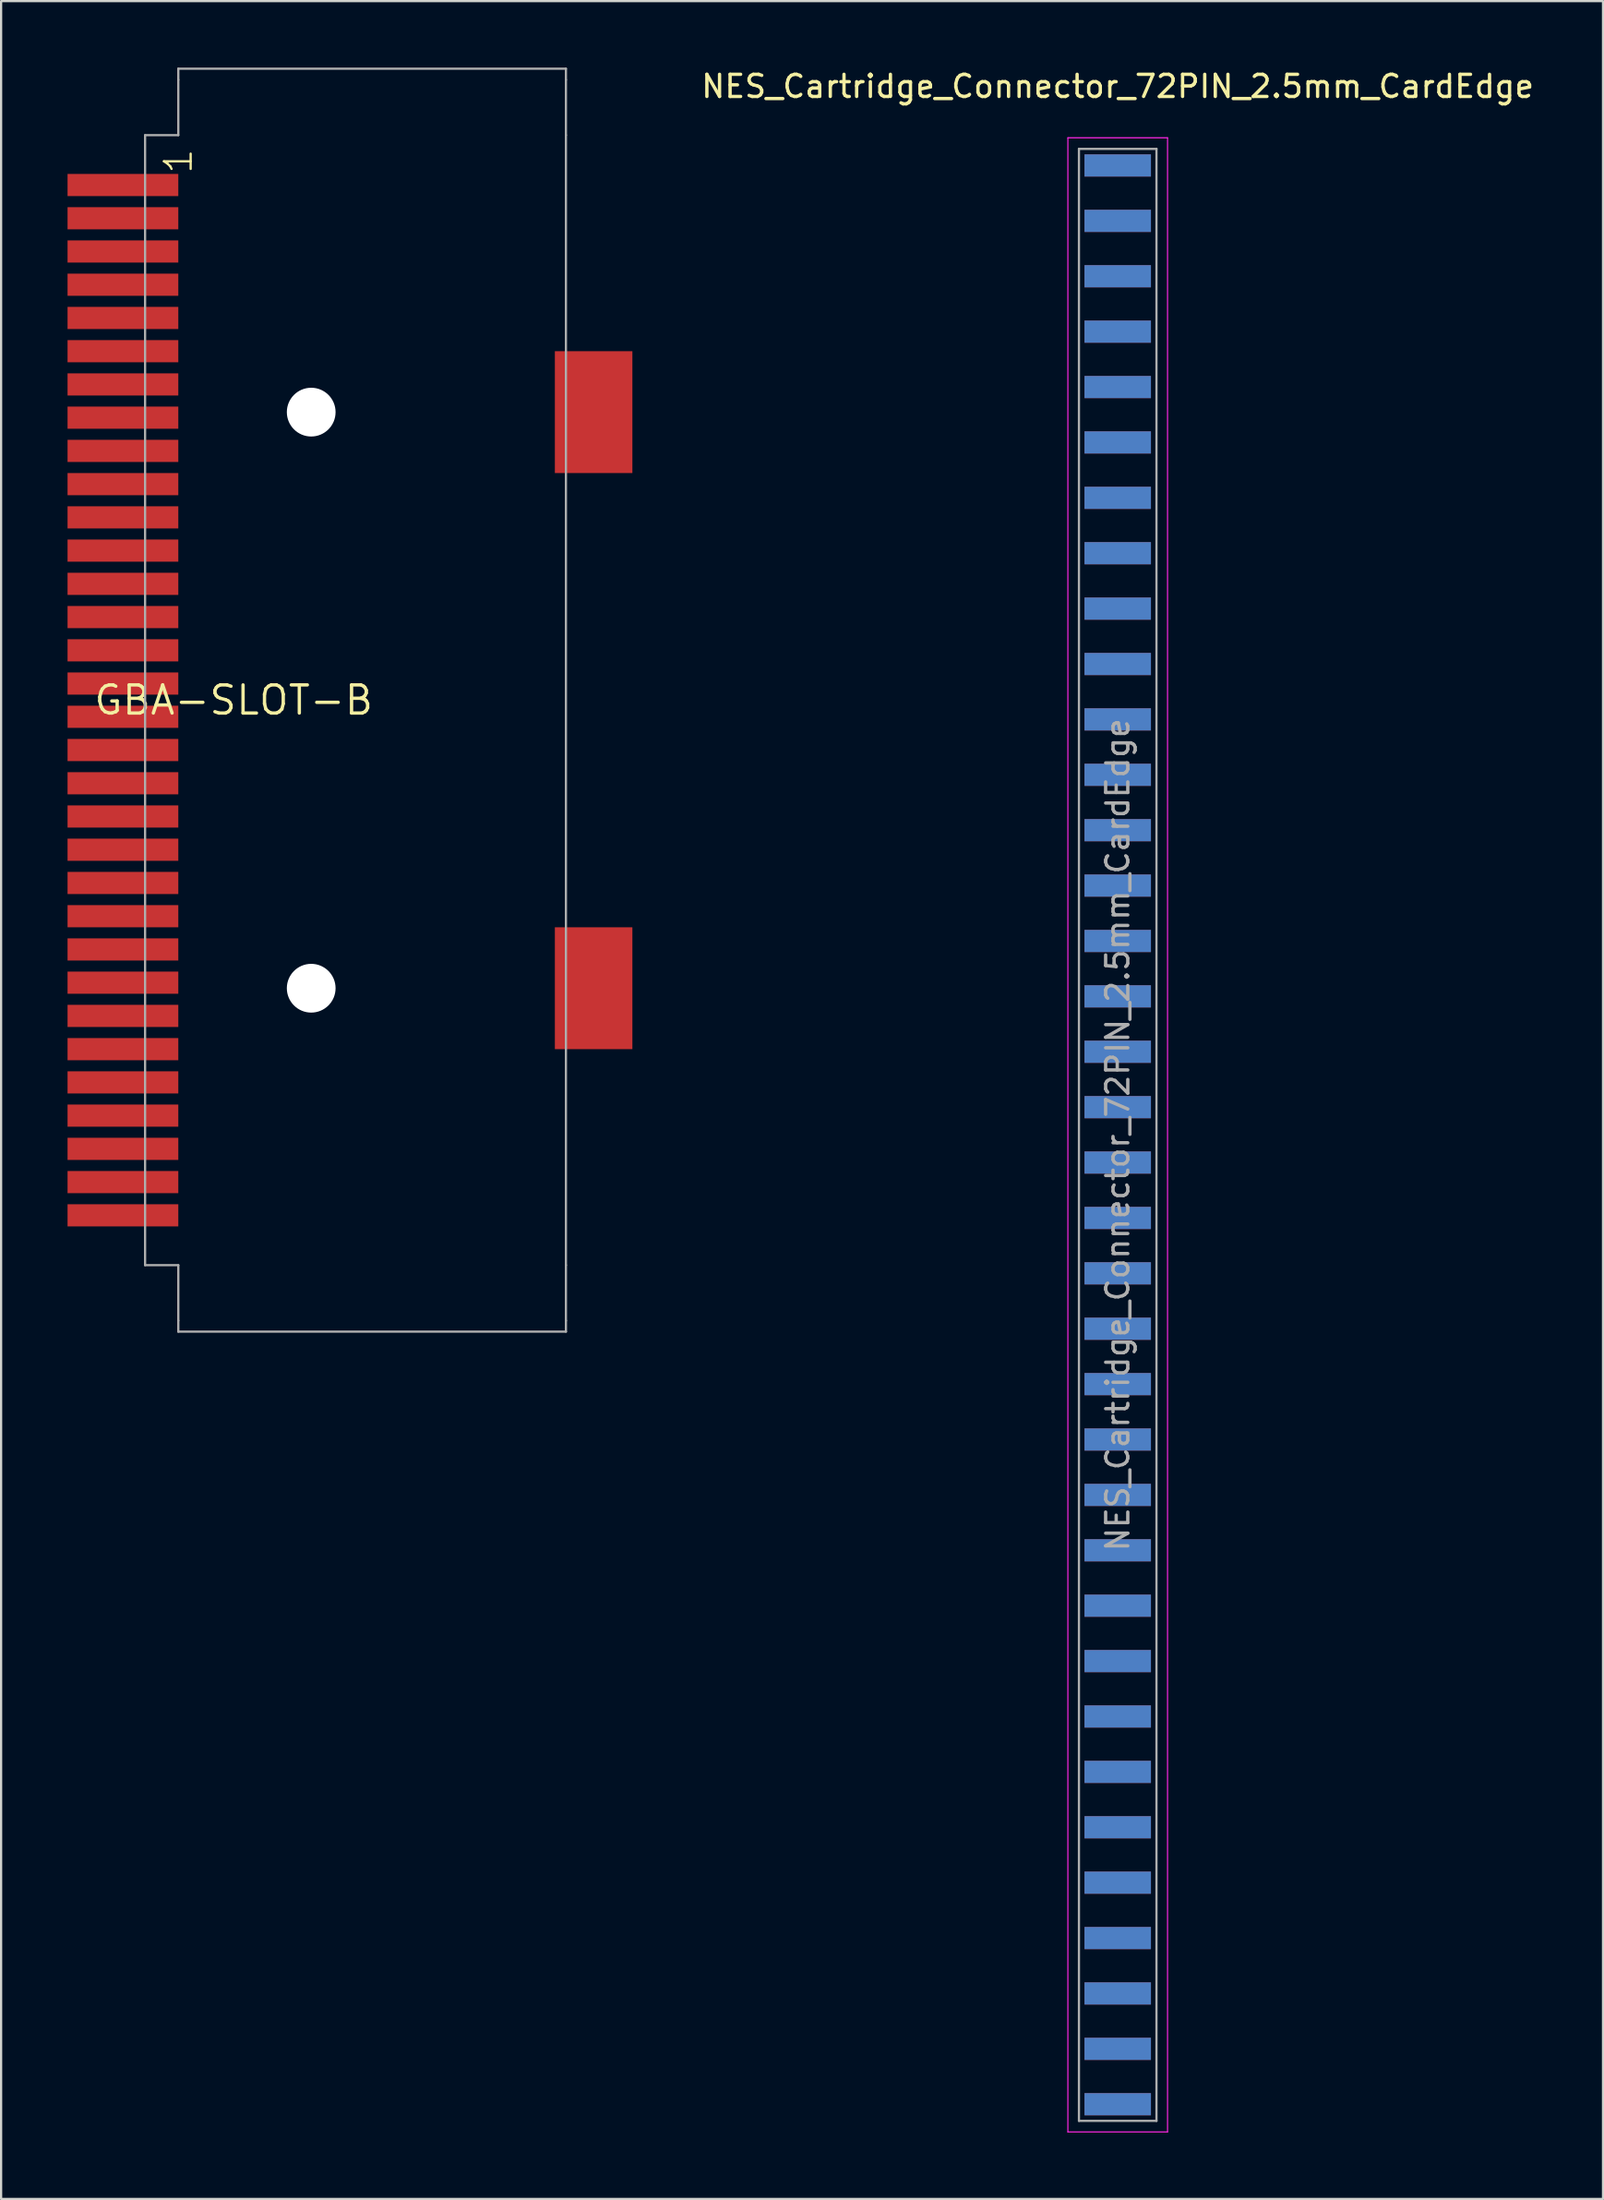
<source format=kicad_pcb>
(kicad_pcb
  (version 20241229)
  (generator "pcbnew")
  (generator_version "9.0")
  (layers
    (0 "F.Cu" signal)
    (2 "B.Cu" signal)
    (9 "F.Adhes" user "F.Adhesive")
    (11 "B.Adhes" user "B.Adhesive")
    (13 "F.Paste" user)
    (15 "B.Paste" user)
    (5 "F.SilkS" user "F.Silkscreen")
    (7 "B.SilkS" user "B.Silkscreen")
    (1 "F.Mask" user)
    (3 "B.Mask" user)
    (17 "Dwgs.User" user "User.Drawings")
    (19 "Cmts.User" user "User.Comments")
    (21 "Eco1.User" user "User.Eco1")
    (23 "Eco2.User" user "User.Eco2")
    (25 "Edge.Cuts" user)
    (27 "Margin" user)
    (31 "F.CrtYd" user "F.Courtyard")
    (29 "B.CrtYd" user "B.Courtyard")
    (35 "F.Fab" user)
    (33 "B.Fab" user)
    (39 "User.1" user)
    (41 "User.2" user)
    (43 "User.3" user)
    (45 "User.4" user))
  (footprint "GBA-SLOT-B"
    (layer "F.Cu")
    (at 7.5 28.55)
    (property "Reference" "GBA-SLOT-B" (at 0 0 0) (layer "F.SilkS") (effects (font (size 1.27 1.27) (thickness 0.15))))
    (attr smd)
    (fp_line (start -4 -25.5) (end -4 25.5) (stroke (width 0.1) (type solid)) (layer "F.Fab"))
    (fp_line (start -4 25.5) (end -2.5 25.5) (stroke (width 0.1) (type solid)) (layer "F.Fab"))
    (fp_line (start -2.5 -28.5) (end -2.5 -28) (stroke (width 0.1) (type solid)) (layer "F.Fab"))
    (fp_line (start -2.5 -25.5) (end -4 -25.5) (stroke (width 0.1) (type solid)) (layer "F.Fab"))
    (fp_line (start -2.5 -25.5) (end -2.5 -28) (stroke (width 0.1) (type solid)) (layer "F.Fab"))
    (fp_line (start -2.5 25.5) (end -2.5 28) (stroke (width 0.1) (type solid)) (layer "F.Fab"))
    (fp_line (start -2.5 28) (end -2.5 28.5) (stroke (width 0.1) (type solid)) (layer "F.Fab"))
    (fp_line (start 15 -28.5) (end -2.5 -28.5) (stroke (width 0.1) (type solid)) (layer "F.Fab"))
    (fp_line (start 15 -28) (end 15 -28.5) (stroke (width 0.1) (type solid)) (layer "F.Fab"))
    (fp_line (start 15 -28) (end 15 -25.5) (stroke (width 0.1) (type solid)) (layer "F.Fab"))
    (fp_line (start 15 -25.5) (end 15 25.5) (stroke (width 0.1) (type solid)) (layer "F.Fab"))
    (fp_line (start 15 28) (end 15 25.5) (stroke (width 0.1) (type solid)) (layer "F.Fab"))
    (fp_line (start 15 28) (end 15 28.5) (stroke (width 0.1) (type solid)) (layer "F.Fab"))
    (fp_line (start 15 28.5) (end -2.5 28.5) (stroke (width 0.1) (type solid)) (layer "F.Fab"))
    (fp_text user "1" (at -1.79 -23.68 270) (layer "F.SilkS") (effects (font (size 1.206 1.206) (thickness 0.102)) (justify left bottom)))
    (pad "" np_thru_hole circle (at 3.5 -13) (size 2.2 2.2) (drill 2.2) (layers "*.Cu" "*.Mask"))
    (pad "" np_thru_hole circle (at 3.5 13) (size 2.2 2.2) (drill 2.2) (layers "*.Cu" "*.Mask"))
    (pad "1" smd rect (at -5 -23.25 180) (size 5 1) (layers "F.Cu" "F.Mask" "F.Paste"))
    (pad "2" smd rect (at -5 -21.75 180) (size 5 1) (layers "F.Cu" "F.Mask" "F.Paste"))
    (pad "3" smd rect (at -5 -20.25 180) (size 5 1) (layers "F.Cu" "F.Mask" "F.Paste"))
    (pad "4" smd rect (at -5 -18.75 180) (size 5 1) (layers "F.Cu" "F.Mask" "F.Paste"))
    (pad "5" smd rect (at -5 -17.25 180) (size 5 1) (layers "F.Cu" "F.Mask" "F.Paste"))
    (pad "6" smd rect (at -5 -15.75 180) (size 5 1) (layers "F.Cu" "F.Mask" "F.Paste"))
    (pad "7" smd rect (at -5 -14.25 180) (size 5 1) (layers "F.Cu" "F.Mask" "F.Paste"))
    (pad "8" smd rect (at -5 -12.75 180) (size 5 1) (layers "F.Cu" "F.Mask" "F.Paste"))
    (pad "9" smd rect (at -5 -11.25 180) (size 5 1) (layers "F.Cu" "F.Mask" "F.Paste"))
    (pad "10" smd rect (at -5 -9.75 180) (size 5 1) (layers "F.Cu" "F.Mask" "F.Paste"))
    (pad "11" smd rect (at -5 -8.25 180) (size 5 1) (layers "F.Cu" "F.Mask" "F.Paste"))
    (pad "12" smd rect (at -5 -6.75 180) (size 5 1) (layers "F.Cu" "F.Mask" "F.Paste"))
    (pad "13" smd rect (at -5 -5.25 180) (size 5 1) (layers "F.Cu" "F.Mask" "F.Paste"))
    (pad "14" smd rect (at -5 -3.75 180) (size 5 1) (layers "F.Cu" "F.Mask" "F.Paste"))
    (pad "15" smd rect (at -5 -2.25 180) (size 5 1) (layers "F.Cu" "F.Mask" "F.Paste"))
    (pad "16" smd rect (at -5 -0.75 180) (size 5 1) (layers "F.Cu" "F.Mask" "F.Paste"))
    (pad "17" smd rect (at -5 0.75 180) (size 5 1) (layers "F.Cu" "F.Mask" "F.Paste"))
    (pad "18" smd rect (at -5 2.25 180) (size 5 1) (layers "F.Cu" "F.Mask" "F.Paste"))
    (pad "19" smd rect (at -5 3.75 180) (size 5 1) (layers "F.Cu" "F.Mask" "F.Paste"))
    (pad "20" smd rect (at -5 5.25 180) (size 5 1) (layers "F.Cu" "F.Mask" "F.Paste"))
    (pad "21" smd rect (at -5 6.75 180) (size 5 1) (layers "F.Cu" "F.Mask" "F.Paste"))
    (pad "22" smd rect (at -5 8.25 180) (size 5 1) (layers "F.Cu" "F.Mask" "F.Paste"))
    (pad "23" smd rect (at -5 9.75 180) (size 5 1) (layers "F.Cu" "F.Mask" "F.Paste"))
    (pad "24" smd rect (at -5 11.25 180) (size 5 1) (layers "F.Cu" "F.Mask" "F.Paste"))
    (pad "25" smd rect (at -5 12.75 180) (size 5 1) (layers "F.Cu" "F.Mask" "F.Paste"))
    (pad "26" smd rect (at -5 14.25 180) (size 5 1) (layers "F.Cu" "F.Mask" "F.Paste"))
    (pad "27" smd rect (at -5 15.75 180) (size 5 1) (layers "F.Cu" "F.Mask" "F.Paste"))
    (pad "28" smd rect (at -5 17.25 180) (size 5 1) (layers "F.Cu" "F.Mask" "F.Paste"))
    (pad "29" smd rect (at -5 18.75 180) (size 5 1) (layers "F.Cu" "F.Mask" "F.Paste"))
    (pad "30" smd rect (at -5 20.25 180) (size 5 1) (layers "F.Cu" "F.Mask" "F.Paste"))
    (pad "31" smd rect (at -5 21.75 180) (size 5 1) (layers "F.Cu" "F.Mask" "F.Paste"))
    (pad "32" smd rect (at -5 23.25 180) (size 5 1) (layers "F.Cu" "F.Mask" "F.Paste"))
    (pad "33" smd rect (at 16.25 -13 270) (size 5.5 3.5) (layers "F.Cu" "F.Mask" "F.Paste"))
    (pad "34" smd rect (at 16.25 13 270) (size 5.5 3.5) (layers "F.Cu" "F.Mask" "F.Paste")))
  (footprint "NES_Cartridge_Connector_72PIN_2.5mm_CardEdge"
    (layer "F.Cu")
    (at 47.411 48.168)
    (property "Reference" "NES_Cartridge_Connector_72PIN_2.5mm_CardEdge" (at 0 -47.32 0) (layer "F.SilkS") (effects (font (size 1 1) (thickness 0.15))))
    (attr smd)
    (fp_line (start -2.25 -45) (end 2.25 -45) (stroke (width 0.05) (type solid)) (layer "F.CrtYd"))
    (fp_line (start -2.25 45) (end -2.25 -45) (stroke (width 0.05) (type solid)) (layer "F.CrtYd"))
    (fp_line (start 2.25 -45) (end 2.25 45) (stroke (width 0.05) (type solid)) (layer "F.CrtYd"))
    (fp_line (start 2.25 45) (end -2.25 45) (stroke (width 0.05) (type solid)) (layer "F.CrtYd"))
    (fp_line (start -1.75 -44.5) (end 1.75 -44.5) (stroke (width 0.1) (type solid)) (layer "F.Fab"))
    (fp_line (start -1.75 44.5) (end -1.75 -44.5) (stroke (width 0.1) (type solid)) (layer "F.Fab"))
    (fp_line (start 1.75 -44.5) (end 1.75 44.5) (stroke (width 0.1) (type solid)) (layer "F.Fab"))
    (fp_line (start 1.75 44.5) (end -1.75 44.5) (stroke (width 0.1) (type solid)) (layer "F.Fab"))
    (fp_text user "${REFERENCE}" (at 0 0 90) (layer "F.Fab") (effects (font (size 1 1) (thickness 0.15))))
    (pad "1" smd rect (at 0 -43.75) (size 3 1) (layers "F.Cu" "F.Mask" "F.Paste"))
    (pad "2" smd rect (at 0 -41.25) (size 3 1) (layers "F.Cu" "F.Mask" "F.Paste"))
    (pad "3" smd rect (at 0 -38.75) (size 3 1) (layers "F.Cu" "F.Mask" "F.Paste"))
    (pad "4" smd rect (at 0 -36.25) (size 3 1) (layers "F.Cu" "F.Mask" "F.Paste"))
    (pad "5" smd rect (at 0 -33.75) (size 3 1) (layers "F.Cu" "F.Mask" "F.Paste"))
    (pad "6" smd rect (at 0 -31.25) (size 3 1) (layers "F.Cu" "F.Mask" "F.Paste"))
    (pad "7" smd rect (at 0 -28.75) (size 3 1) (layers "F.Cu" "F.Mask" "F.Paste"))
    (pad "8" smd rect (at 0 -26.25) (size 3 1) (layers "F.Cu" "F.Mask" "F.Paste"))
    (pad "9" smd rect (at 0 -23.75) (size 3 1) (layers "F.Cu" "F.Mask" "F.Paste"))
    (pad "10" smd rect (at 0 -21.25) (size 3 1) (layers "F.Cu" "F.Mask" "F.Paste"))
    (pad "11" smd rect (at 0 -18.75) (size 3 1) (layers "F.Cu" "F.Mask" "F.Paste"))
    (pad "12" smd rect (at 0 -16.25) (size 3 1) (layers "F.Cu" "F.Mask" "F.Paste"))
    (pad "13" smd rect (at 0 -13.75) (size 3 1) (layers "F.Cu" "F.Mask" "F.Paste"))
    (pad "14" smd rect (at 0 -11.25) (size 3 1) (layers "F.Cu" "F.Mask" "F.Paste"))
    (pad "15" smd rect (at 0 -8.75) (size 3 1) (layers "F.Cu" "F.Mask" "F.Paste"))
    (pad "16" smd rect (at 0 -6.25) (size 3 1) (layers "F.Cu" "F.Mask" "F.Paste"))
    (pad "17" smd rect (at 0 -3.75) (size 3 1) (layers "F.Cu" "F.Mask" "F.Paste"))
    (pad "18" smd rect (at 0 -1.25) (size 3 1) (layers "F.Cu" "F.Mask" "F.Paste"))
    (pad "19" smd rect (at 0 1.25) (size 3 1) (layers "F.Cu" "F.Mask" "F.Paste"))
    (pad "20" smd rect (at 0 3.75) (size 3 1) (layers "F.Cu" "F.Mask" "F.Paste"))
    (pad "21" smd rect (at 0 6.25) (size 3 1) (layers "F.Cu" "F.Mask" "F.Paste"))
    (pad "22" smd rect (at 0 8.75) (size 3 1) (layers "F.Cu" "F.Mask" "F.Paste"))
    (pad "23" smd rect (at 0 11.25) (size 3 1) (layers "F.Cu" "F.Mask" "F.Paste"))
    (pad "24" smd rect (at 0 13.75) (size 3 1) (layers "F.Cu" "F.Mask" "F.Paste"))
    (pad "25" smd rect (at 0 16.25) (size 3 1) (layers "F.Cu" "F.Mask" "F.Paste"))
    (pad "26" smd rect (at 0 18.75) (size 3 1) (layers "F.Cu" "F.Mask" "F.Paste"))
    (pad "27" smd rect (at 0 21.25) (size 3 1) (layers "F.Cu" "F.Mask" "F.Paste"))
    (pad "28" smd rect (at 0 23.75) (size 3 1) (layers "F.Cu" "F.Mask" "F.Paste"))
    (pad "29" smd rect (at 0 26.25) (size 3 1) (layers "F.Cu" "F.Mask" "F.Paste"))
    (pad "30" smd rect (at 0 28.75) (size 3 1) (layers "F.Cu" "F.Mask" "F.Paste"))
    (pad "31" smd rect (at 0 31.25) (size 3 1) (layers "F.Cu" "F.Mask" "F.Paste"))
    (pad "32" smd rect (at 0 33.75) (size 3 1) (layers "F.Cu" "F.Mask" "F.Paste"))
    (pad "33" smd rect (at 0 36.25) (size 3 1) (layers "F.Cu" "F.Mask" "F.Paste"))
    (pad "34" smd rect (at 0 38.75) (size 3 1) (layers "F.Cu" "F.Mask" "F.Paste"))
    (pad "35" smd rect (at 0 41.25) (size 3 1) (layers "F.Cu" "F.Mask" "F.Paste"))
    (pad "36" smd rect (at 0 43.75) (size 3 1) (layers "F.Cu" "F.Mask" "F.Paste"))
    (pad "37" smd rect (at 0 -43.75) (size 3 1) (layers "B.Cu" "B.Mask" "B.Paste"))
    (pad "38" smd rect (at 0 -41.25) (size 3 1) (layers "B.Cu" "B.Mask" "B.Paste"))
    (pad "39" smd rect (at 0 -38.75) (size 3 1) (layers "B.Cu" "B.Mask" "B.Paste"))
    (pad "40" smd rect (at 0 -36.25) (size 3 1) (layers "B.Cu" "B.Mask" "B.Paste"))
    (pad "41" smd rect (at 0 -33.75) (size 3 1) (layers "B.Cu" "B.Mask" "B.Paste"))
    (pad "42" smd rect (at 0 -31.25) (size 3 1) (layers "B.Cu" "B.Mask" "B.Paste"))
    (pad "43" smd rect (at 0 -28.75) (size 3 1) (layers "B.Cu" "B.Mask" "B.Paste"))
    (pad "44" smd rect (at 0 -26.25) (size 3 1) (layers "B.Cu" "B.Mask" "B.Paste"))
    (pad "45" smd rect (at 0 -23.75) (size 3 1) (layers "B.Cu" "B.Mask" "B.Paste"))
    (pad "46" smd rect (at 0 -21.25) (size 3 1) (layers "B.Cu" "B.Mask" "B.Paste"))
    (pad "47" smd rect (at 0 -18.75) (size 3 1) (layers "B.Cu" "B.Mask" "B.Paste"))
    (pad "48" smd rect (at 0 -16.25) (size 3 1) (layers "B.Cu" "B.Mask" "B.Paste"))
    (pad "49" smd rect (at 0 -13.75) (size 3 1) (layers "B.Cu" "B.Mask" "B.Paste"))
    (pad "50" smd rect (at 0 -11.25) (size 3 1) (layers "B.Cu" "B.Mask" "B.Paste"))
    (pad "51" smd rect (at 0 -8.75) (size 3 1) (layers "B.Cu" "B.Mask" "B.Paste"))
    (pad "52" smd rect (at 0 -6.25) (size 3 1) (layers "B.Cu" "B.Mask" "B.Paste"))
    (pad "53" smd rect (at 0 -3.75) (size 3 1) (layers "B.Cu" "B.Mask" "B.Paste"))
    (pad "54" smd rect (at 0 -1.25) (size 3 1) (layers "B.Cu" "B.Mask" "B.Paste"))
    (pad "55" smd rect (at 0 1.25) (size 3 1) (layers "B.Cu" "B.Mask" "B.Paste"))
    (pad "56" smd rect (at 0 3.75) (size 3 1) (layers "B.Cu" "B.Mask" "B.Paste"))
    (pad "57" smd rect (at 0 6.25) (size 3 1) (layers "B.Cu" "B.Mask" "B.Paste"))
    (pad "58" smd rect (at 0 8.75) (size 3 1) (layers "B.Cu" "B.Mask" "B.Paste"))
    (pad "59" smd rect (at 0 11.25) (size 3 1) (layers "B.Cu" "B.Mask" "B.Paste"))
    (pad "60" smd rect (at 0 13.75) (size 3 1) (layers "B.Cu" "B.Mask" "B.Paste"))
    (pad "61" smd rect (at 0 16.25) (size 3 1) (layers "B.Cu" "B.Mask" "B.Paste"))
    (pad "62" smd rect (at 0 18.75) (size 3 1) (layers "B.Cu" "B.Mask" "B.Paste"))
    (pad "63" smd rect (at 0 21.25) (size 3 1) (layers "B.Cu" "B.Mask" "B.Paste"))
    (pad "64" smd rect (at 0 23.75) (size 3 1) (layers "B.Cu" "B.Mask" "B.Paste"))
    (pad "65" smd rect (at 0 26.25) (size 3 1) (layers "B.Cu" "B.Mask" "B.Paste"))
    (pad "66" smd rect (at 0 28.75) (size 3 1) (layers "B.Cu" "B.Mask" "B.Paste"))
    (pad "67" smd rect (at 0 31.25) (size 3 1) (layers "B.Cu" "B.Mask" "B.Paste"))
    (pad "68" smd rect (at 0 33.75) (size 3 1) (layers "B.Cu" "B.Mask" "B.Paste"))
    (pad "69" smd rect (at 0 36.25) (size 3 1) (layers "B.Cu" "B.Mask" "B.Paste"))
    (pad "70" smd rect (at 0 38.75) (size 3 1) (layers "B.Cu" "B.Mask" "B.Paste"))
    (pad "71" smd rect (at 0 41.25) (size 3 1) (layers "B.Cu" "B.Mask" "B.Paste"))
    (pad "72" smd rect (at 0 43.75) (size 3 1) (layers "B.Cu" "B.Mask" "B.Paste")))
  (gr_rect
    (start -3 -3)
    (end 69.321 96.193)
    (stroke (width 0.1) (type default))
    (fill no)
    (layer "Edge.Cuts")))
</source>
